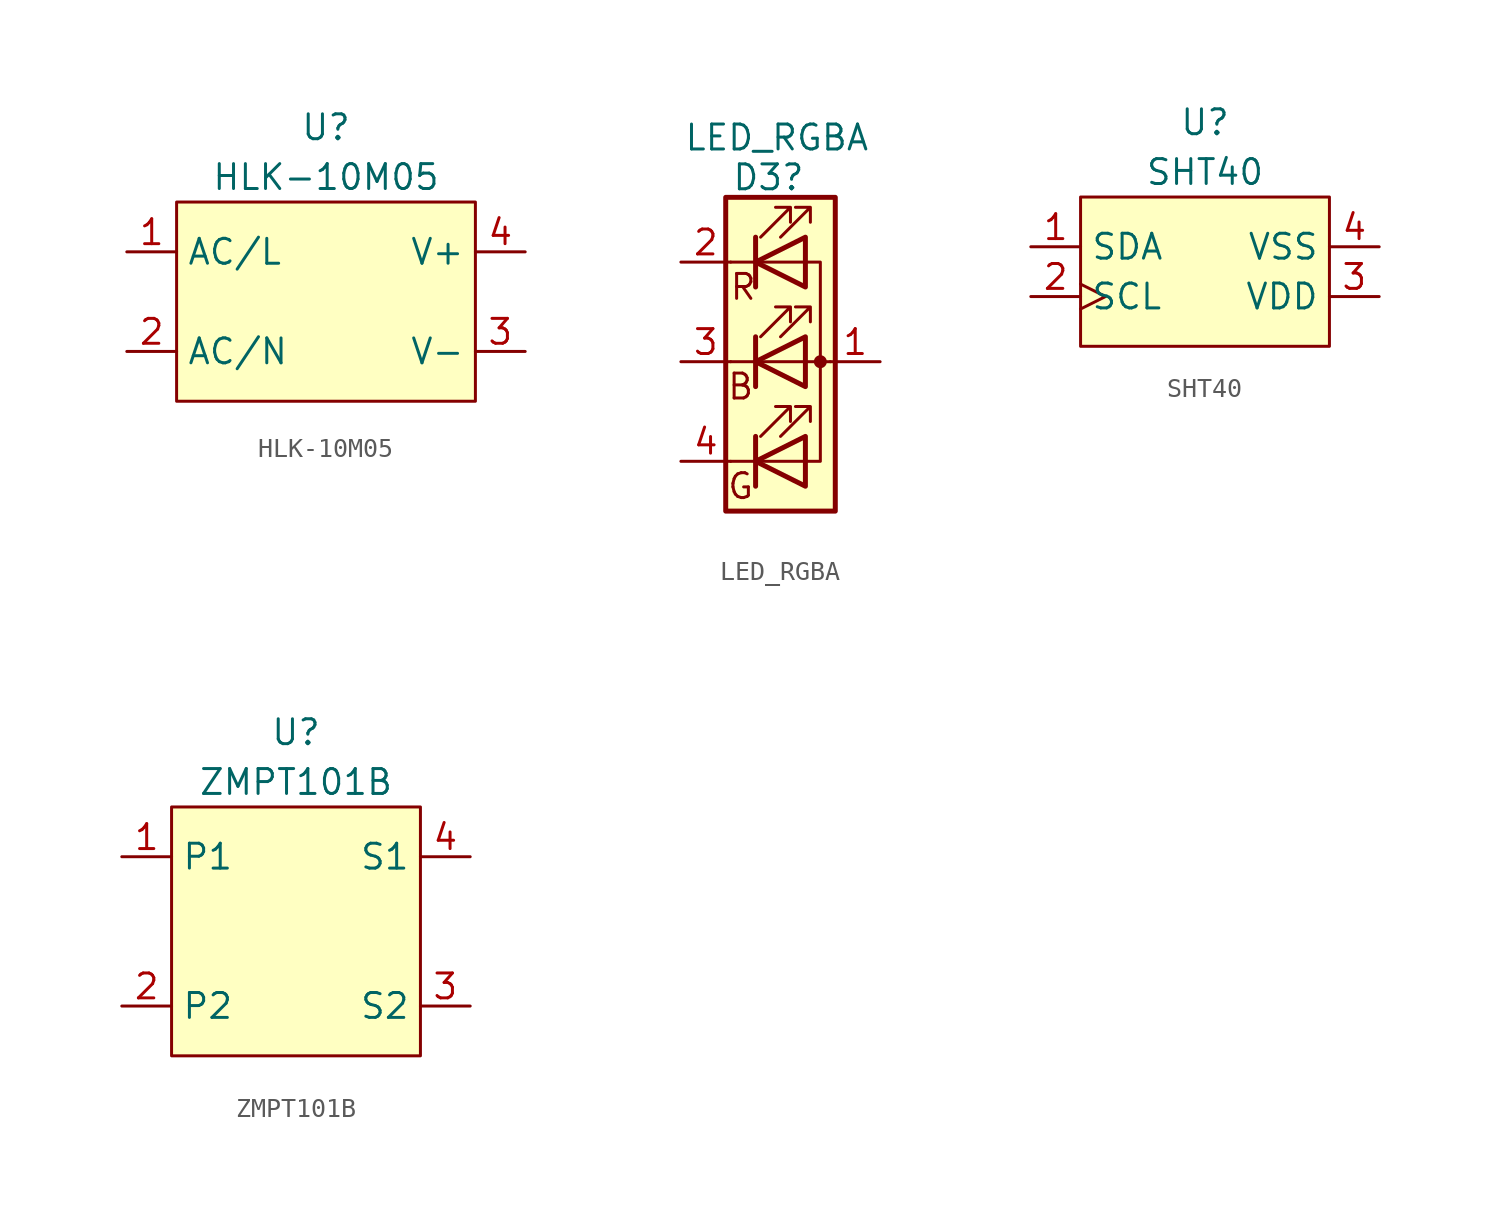
<source format=kicad_sym>
(kicad_symbol_lib
  (version 20211014)
  (generator kicad_symbol_editor)
  (symbol "HLK-10M05"
    (property "Reference" "U"
      (at 0 8.89 0)
      (effects (font (size 1.27 1.27))))
    (property "Value" "HLK-10M05"
      (at 0 6.35 0)
      (effects (font (size 1.27 1.27))))
    (symbol "HLK-10M05_0_1"
      (rectangle (start -7.62 5.08) (end 7.62 -5.08) (stroke (width 0) (type default) (color 0 0 0 0)) (fill (type background))))
    (symbol "HLK-10M05_1_1"
      (pin power_in line (at -10.16 2.54 0) (length 2.54) (name "AC/L" (effects (font (size 1.27 1.27)))) (number "1" (effects (font (size 1.27 1.27)))))
      (pin power_in line (at -10.16 -2.54 0) (length 2.54) (name "AC/N" (effects (font (size 1.27 1.27)))) (number "2" (effects (font (size 1.27 1.27)))))
      (pin power_out line (at 10.16 -2.54 180) (length 2.54) (name "V-" (effects (font (size 1.27 1.27)))) (number "3" (effects (font (size 1.27 1.27)))))
      (pin power_out line (at 10.16 2.54 180) (length 2.54) (name "V+" (effects (font (size 1.27 1.27)))) (number "4" (effects (font (size 1.27 1.27)))))))
  (symbol "LED_RGBA"
    (pin_names
      (offset 0) hide)
    (property "Reference" "D3"
      (at 1.27 9.398 0)
      (effects (font (size 1.27 1.27)) (justify right)))
    (property "Value" "LED_RGBA"
      (at 4.572 11.43 0)
      (effects (font (size 1.27 1.27)) (justify right)))
    (symbol "LED_RGBA_0_0"
      (text "B" (at -2.032 -1.27 0) (effects (font (size 1.27 1.27))))
      (text "G" (at -2.032 -6.35 0) (effects (font (size 1.27 1.27))))
      (text "R" (at -1.905 3.81 0) (effects (font (size 1.27 1.27)))))
    (symbol "LED_RGBA_0_1"
      (polyline (pts (xy -1.27 -5.08) (xy -2.54 -5.08)) (stroke (width 0) (type default) (color 0 0 0 0)) (fill (type none)))
      (polyline (pts (xy -1.27 -5.08) (xy 1.27 -5.08)) (stroke (width 0) (type default) (color 0 0 0 0)) (fill (type none)))
      (polyline (pts (xy -1.27 -3.81) (xy -1.27 -6.35)) (stroke (width 0.254) (type default) (color 0 0 0 0)) (fill (type none)))
      (polyline (pts (xy -1.27 0) (xy -2.54 0)) (stroke (width 0) (type default) (color 0 0 0 0)) (fill (type none)))
      (polyline (pts (xy -1.27 1.27) (xy -1.27 -1.27)) (stroke (width 0.254) (type default) (color 0 0 0 0)) (fill (type none)))
      (polyline (pts (xy -1.27 5.08) (xy -2.54 5.08)) (stroke (width 0) (type default) (color 0 0 0 0)) (fill (type none)))
      (polyline (pts (xy -1.27 5.08) (xy 1.27 5.08)) (stroke (width 0) (type default) (color 0 0 0 0)) (fill (type none)))
      (polyline (pts (xy -1.27 6.35) (xy -1.27 3.81)) (stroke (width 0.254) (type default) (color 0 0 0 0)) (fill (type none)))
      (polyline (pts (xy 1.27 0) (xy -1.27 0)) (stroke (width 0) (type default) (color 0 0 0 0)) (fill (type none)))
      (polyline (pts (xy 1.27 0) (xy 2.54 0)) (stroke (width 0) (type default) (color 0 0 0 0)) (fill (type none)))
      (polyline (pts (xy -1.27 1.27) (xy -1.27 -1.27) (xy -1.27 -1.27)) (stroke (width 0) (type default) (color 0 0 0 0)) (fill (type none)))
      (polyline (pts (xy -1.27 6.35) (xy -1.27 3.81) (xy -1.27 3.81)) (stroke (width 0) (type default) (color 0 0 0 0)) (fill (type none)))
      (polyline (pts (xy 1.27 -5.08) (xy 2.032 -5.08) (xy 2.032 5.08) (xy 1.27 5.08)) (stroke (width 0) (type default) (color 0 0 0 0)) (fill (type none)))
      (polyline (pts (xy 1.27 -3.81) (xy 1.27 -6.35) (xy -1.27 -5.08) (xy 1.27 -3.81)) (stroke (width 0.254) (type default) (color 0 0 0 0)) (fill (type none)))
      (polyline (pts (xy 1.27 1.27) (xy 1.27 -1.27) (xy -1.27 0) (xy 1.27 1.27)) (stroke (width 0.254) (type default) (color 0 0 0 0)) (fill (type none)))
      (polyline (pts (xy 1.27 6.35) (xy 1.27 3.81) (xy -1.27 5.08) (xy 1.27 6.35)) (stroke (width 0.254) (type default) (color 0 0 0 0)) (fill (type none)))
      (polyline (pts (xy -1.016 -3.81) (xy 0.508 -2.286) (xy -0.254 -2.286) (xy 0.508 -2.286) (xy 0.508 -3.048)) (stroke (width 0) (type default) (color 0 0 0 0)) (fill (type none)))
      (polyline (pts (xy -1.016 1.27) (xy 0.508 2.794) (xy -0.254 2.794) (xy 0.508 2.794) (xy 0.508 2.032)) (stroke (width 0) (type default) (color 0 0 0 0)) (fill (type none)))
      (polyline (pts (xy -1.016 6.35) (xy 0.508 7.874) (xy -0.254 7.874) (xy 0.508 7.874) (xy 0.508 7.112)) (stroke (width 0) (type default) (color 0 0 0 0)) (fill (type none)))
      (polyline (pts (xy 0 -3.81) (xy 1.524 -2.286) (xy 0.762 -2.286) (xy 1.524 -2.286) (xy 1.524 -3.048)) (stroke (width 0) (type default) (color 0 0 0 0)) (fill (type none)))
      (polyline (pts (xy 0 1.27) (xy 1.524 2.794) (xy 0.762 2.794) (xy 1.524 2.794) (xy 1.524 2.032)) (stroke (width 0) (type default) (color 0 0 0 0)) (fill (type none)))
      (polyline (pts (xy 0 6.35) (xy 1.524 7.874) (xy 0.762 7.874) (xy 1.524 7.874) (xy 1.524 7.112)) (stroke (width 0) (type default) (color 0 0 0 0)) (fill (type none)))
      (rectangle (start 1.27 -1.27) (end 1.27 1.27) (stroke (width 0) (type default) (color 0 0 0 0)) (fill (type none)))
      (rectangle (start 1.27 1.27) (end 1.27 1.27) (stroke (width 0) (type default) (color 0 0 0 0)) (fill (type none)))
      (rectangle (start 1.27 3.81) (end 1.27 6.35) (stroke (width 0) (type default) (color 0 0 0 0)) (fill (type none)))
      (rectangle (start 1.27 6.35) (end 1.27 6.35) (stroke (width 0) (type default) (color 0 0 0 0)) (fill (type none)))
      (circle (center 2.032 0) (radius 0.254) (stroke (width 0) (type default) (color 0 0 0 0)) (fill (type outline)))
      (rectangle (start 2.794 8.382) (end -2.794 -7.62) (stroke (width 0.254) (type default) (color 0 0 0 0)) (fill (type background))))
    (symbol "LED_RGBA_1_1"
      (pin passive line (at 5.08 0 180) (length 2.54) (name "A" (effects (font (size 1.27 1.27)))) (number "1" (effects (font (size 1.27 1.27)))))
      (pin passive line (at -5.08 5.08 0) (length 2.54) (name "RK" (effects (font (size 1.27 1.27)))) (number "2" (effects (font (size 1.27 1.27)))))
      (pin passive line (at -5.08 0 0) (length 2.54) (name "GK" (effects (font (size 1.27 1.27)))) (number "3" (effects (font (size 1.27 1.27)))))
      (pin passive line (at -5.08 -5.08 0) (length 2.54) (name "BK" (effects (font (size 1.27 1.27)))) (number "4" (effects (font (size 1.27 1.27)))))))
  (symbol "SHT40"
    (property "Reference" "U"
      (at 0 7.62 0)
      (effects (font (size 1.27 1.27))))
    (property "Value" "SHT40"
      (at 0 5.08 0)
      (effects (font (size 1.27 1.27))))
    (symbol "SHT40_0_1"
      (rectangle (start -6.35 3.81) (end 6.35 -3.81) (stroke (width 0) (type default) (color 0 0 0 0)) (fill (type background))))
    (symbol "SHT40_1_1"
      (pin bidirectional line (at -8.89 1.27 0) (length 2.54) (name "SDA" (effects (font (size 1.27 1.27)))) (number "1" (effects (font (size 1.27 1.27)))))
      (pin input clock (at -8.89 -1.27 0) (length 2.54) (name "SCL" (effects (font (size 1.27 1.27)))) (number "2" (effects (font (size 1.27 1.27)))))
      (pin power_in line (at 8.89 -1.27 180) (length 2.54) (name "VDD" (effects (font (size 1.27 1.27)))) (number "3" (effects (font (size 1.27 1.27)))))
      (pin power_in line (at 8.89 1.27 180) (length 2.54) (name "VSS" (effects (font (size 1.27 1.27)))) (number "4" (effects (font (size 1.27 1.27)))))))
  (symbol "ZMPT101B"
    (property "Reference" "U"
      (at 0 10.16 0)
      (effects (font (size 1.27 1.27))))
    (property "Value" "ZMPT101B"
      (at 0 7.62 0)
      (effects (font (size 1.27 1.27))))
    (symbol "ZMPT101B_0_1"
      (rectangle (start -6.35 6.35) (end 6.35 -6.35) (stroke (width 0) (type default) (color 0 0 0 0)) (fill (type background))))
    (symbol "ZMPT101B_1_1"
      (pin passive line (at -8.89 3.81 0) (length 2.54) (name "P1" (effects (font (size 1.27 1.27)))) (number "1" (effects (font (size 1.27 1.27)))))
      (pin passive line (at -8.89 -3.81 0) (length 2.54) (name "P2" (effects (font (size 1.27 1.27)))) (number "2" (effects (font (size 1.27 1.27)))))
      (pin passive line (at 8.89 -3.81 180) (length 2.54) (name "S2" (effects (font (size 1.27 1.27)))) (number "3" (effects (font (size 1.27 1.27)))))
      (pin passive line (at 8.89 3.81 180) (length 2.54) (name "S1" (effects (font (size 1.27 1.27)))) (number "4" (effects (font (size 1.27 1.27))))))))
</source>
